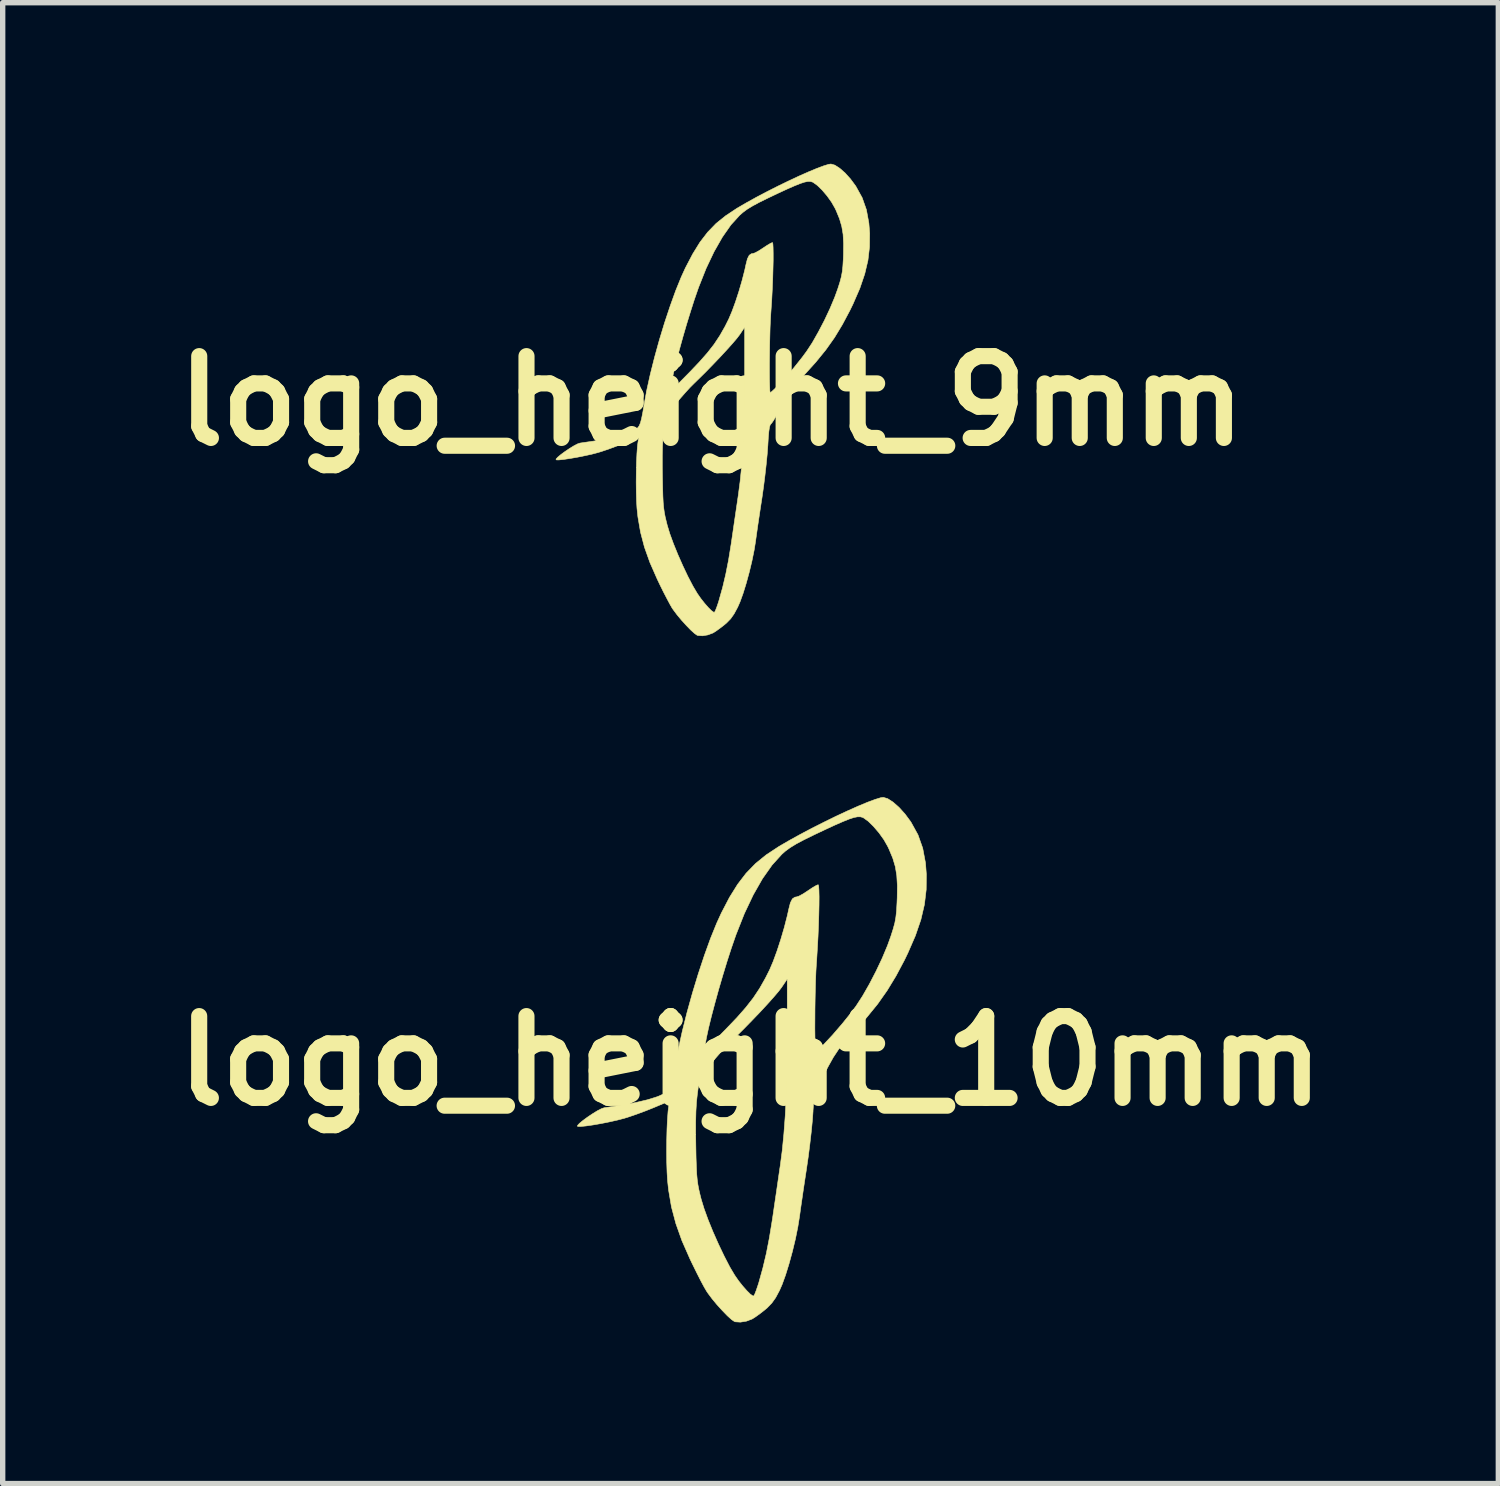
<source format=kicad_pcb>
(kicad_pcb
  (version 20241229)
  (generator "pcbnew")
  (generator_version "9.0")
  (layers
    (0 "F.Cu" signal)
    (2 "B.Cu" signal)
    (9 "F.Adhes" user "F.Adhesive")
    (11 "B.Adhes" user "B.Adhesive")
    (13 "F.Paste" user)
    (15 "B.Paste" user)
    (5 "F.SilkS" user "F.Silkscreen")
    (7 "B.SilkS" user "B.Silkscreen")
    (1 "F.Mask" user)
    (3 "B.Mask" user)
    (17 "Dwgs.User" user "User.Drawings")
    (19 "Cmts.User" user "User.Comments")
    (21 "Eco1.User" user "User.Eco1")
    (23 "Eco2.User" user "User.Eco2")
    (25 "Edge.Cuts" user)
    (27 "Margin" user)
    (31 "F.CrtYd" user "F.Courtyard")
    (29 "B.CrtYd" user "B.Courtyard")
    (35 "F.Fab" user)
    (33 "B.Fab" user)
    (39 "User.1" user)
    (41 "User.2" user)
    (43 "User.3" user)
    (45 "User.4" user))
  (footprint "logo_height_10mm"
    (layer "F.Cu")
    (at 10.929 16.711)
    (property "Reference" "logo_height_10mm" (at 0 0 0) (layer "F.SilkS") (effects (font (size 1.524 1.524) (thickness 0.3))))
    (attr through_hole)
    (fp_poly (pts (xy 2.555 -4.885) (xy 2.656 -4.82) (xy 2.767 -4.722) (xy 2.879 -4.598) (xy 2.983 -4.457) (xy 2.991 -4.445) (xy 3.12 -4.211) (xy 3.208 -3.962) (xy 3.26 -3.686) (xy 3.276 -3.474) (xy 3.273 -3.191) (xy 3.24 -2.913) (xy 3.174 -2.631) (xy 3.072 -2.333) (xy 2.932 -2.011) (xy 2.869 -1.88) (xy 2.711 -1.583) (xy 2.547 -1.313) (xy 2.366 -1.056) (xy 2.157 -0.8) (xy 1.911 -0.528) (xy 1.884 -0.499) (xy 1.748 -0.35) (xy 1.639 -0.212) (xy 1.543 -0.067) (xy 1.447 0.105) (xy 1.398 0.199) (xy 1.341 0.309) (xy 1.287 0.4) (xy 1.246 0.46) (xy 1.232 0.474) (xy 1.214 0.499) (xy 1.199 0.55) (xy 1.187 0.633) (xy 1.176 0.757) (xy 1.165 0.93) (xy 1.165 0.941) (xy 1.153 1.108) (xy 1.133 1.314) (xy 1.107 1.541) (xy 1.078 1.773) (xy 1.046 1.993) (xy 1.044 2.008) (xy 1.013 2.21) (xy 0.983 2.41) (xy 0.956 2.596) (xy 0.933 2.754) (xy 0.917 2.872) (xy 0.914 2.894) (xy 0.882 3.094) (xy 0.837 3.317) (xy 0.781 3.549) (xy 0.719 3.776) (xy 0.654 3.986) (xy 0.59 4.163) (xy 0.542 4.273) (xy 0.469 4.41) (xy 0.397 4.511) (xy 0.313 4.598) (xy 0.265 4.639) (xy 0.174 4.71) (xy 0.089 4.771) (xy 0.03 4.808) (xy -0.076 4.848) (xy -0.187 4.866) (xy -0.281 4.86) (xy -0.3 4.854) (xy -0.354 4.817) (xy -0.433 4.745) (xy -0.525 4.65) (xy -0.623 4.542) (xy -0.715 4.431) (xy -0.791 4.329) (xy -0.817 4.291) (xy -0.862 4.214) (xy -0.925 4.097) (xy -0.998 3.953) (xy -1.076 3.795) (xy -1.127 3.689) (xy -1.277 3.348) (xy -1.39 3.03) (xy -1.472 2.721) (xy -1.526 2.403) (xy -1.545 2.226) (xy -1.554 2.074) (xy -1.56 1.889) (xy -1.562 1.684) (xy -1.56 1.474) (xy -1.555 1.27) (xy -1.549 1.136) (xy -1.021 1.136) (xy -1.021 1.375) (xy -1.018 1.584) (xy -1.014 1.799) (xy -1.008 1.968) (xy -1.002 2.102) (xy -0.992 2.211) (xy -0.979 2.307) (xy -0.961 2.401) (xy -0.937 2.503) (xy -0.918 2.578) (xy -0.865 2.751) (xy -0.79 2.958) (xy -0.698 3.184) (xy -0.595 3.416) (xy -0.489 3.638) (xy -0.386 3.837) (xy -0.296 3.989) (xy -0.225 4.092) (xy -0.146 4.192) (xy -0.069 4.279) (xy -0.003 4.345) (xy 0.045 4.378) (xy 0.06 4.379) (xy 0.079 4.346) (xy 0.108 4.272) (xy 0.142 4.171) (xy 0.155 4.13) (xy 0.23 3.86) (xy 0.295 3.588) (xy 0.352 3.295) (xy 0.406 2.964) (xy 0.414 2.911) (xy 0.444 2.705) (xy 0.479 2.468) (xy 0.514 2.227) (xy 0.546 2.006) (xy 0.554 1.955) (xy 0.592 1.665) (xy 0.622 1.358) (xy 0.647 1.026) (xy 0.665 0.664) (xy 0.677 0.263) (xy 0.683 -0.182) (xy 0.685 -0.571) (xy 0.685 -1.526) (xy 0.58 -1.37) (xy 0.522 -1.294) (xy 0.43 -1.186) (xy 0.313 -1.055) (xy 0.177 -0.908) (xy 0.029 -0.754) (xy -0.122 -0.599) (xy -0.27 -0.452) (xy -0.366 -0.36) (xy -0.449 -0.276) (xy -0.552 -0.164) (xy -0.66 -0.04) (xy -0.734 0.049) (xy -0.949 0.314) (xy -0.99 0.621) (xy -1.006 0.769) (xy -1.016 0.937) (xy -1.021 1.136) (xy -1.549 1.136) (xy -1.546 1.087) (xy -1.535 0.937) (xy -1.524 0.851) (xy -1.506 0.745) (xy -1.802 0.87) (xy -1.957 0.932) (xy -2.127 0.995) (xy -2.285 1.049) (xy -2.354 1.07) (xy -2.481 1.103) (xy -2.628 1.136) (xy -2.783 1.167) (xy -2.932 1.193) (xy -3.064 1.212) (xy -3.165 1.222) (xy -3.22 1.221) (xy -3.222 1.203) (xy -3.185 1.163) (xy -3.119 1.109) (xy -3.035 1.047) (xy -2.944 0.986) (xy -2.855 0.931) (xy -2.778 0.891) (xy -2.726 0.873) (xy -2.415 0.827) (xy -2.143 0.777) (xy -1.915 0.723) (xy -1.733 0.666) (xy -1.601 0.608) (xy -1.527 0.554) (xy -1.498 0.513) (xy -1.473 0.452) (xy -1.449 0.362) (xy -1.424 0.232) (xy -1.401 0.093) (xy -1.35 -0.186) (xy -0.859 -0.186) (xy -0.456 -0.594) (xy -0.253 -0.806) (xy -0.087 -0.995) (xy 0.052 -1.173) (xy 0.171 -1.352) (xy 0.279 -1.543) (xy 0.357 -1.698) (xy 0.423 -1.853) (xy 0.494 -2.047) (xy 0.565 -2.265) (xy 0.631 -2.49) (xy 0.686 -2.705) (xy 0.712 -2.823) (xy 0.743 -2.945) (xy 0.78 -3.018) (xy 0.827 -3.05) (xy 0.855 -3.054) (xy 0.902 -3.069) (xy 0.978 -3.11) (xy 1.067 -3.168) (xy 1.152 -3.225) (xy 1.222 -3.266) (xy 1.26 -3.282) (xy 1.261 -3.282) (xy 1.27 -3.255) (xy 1.275 -3.178) (xy 1.278 -3.059) (xy 1.277 -2.906) (xy 1.273 -2.726) (xy 1.267 -2.526) (xy 1.258 -2.314) (xy 1.246 -2.097) (xy 1.233 -1.883) (xy 1.226 -1.784) (xy 1.219 -1.666) (xy 1.213 -1.516) (xy 1.208 -1.345) (xy 1.204 -1.159) (xy 1.201 -0.967) (xy 1.2 -0.779) (xy 1.199 -0.602) (xy 1.201 -0.444) (xy 1.203 -0.315) (xy 1.207 -0.223) (xy 1.213 -0.176) (xy 1.215 -0.171) (xy 1.242 -0.19) (xy 1.296 -0.239) (xy 1.351 -0.293) (xy 1.528 -0.482) (xy 1.708 -0.691) (xy 1.875 -0.898) (xy 1.969 -1.026) (xy 2.087 -1.208) (xy 2.213 -1.428) (xy 2.338 -1.669) (xy 2.454 -1.914) (xy 2.552 -2.148) (xy 2.614 -2.32) (xy 2.658 -2.458) (xy 2.689 -2.572) (xy 2.708 -2.678) (xy 2.721 -2.796) (xy 2.729 -2.943) (xy 2.733 -3.036) (xy 2.736 -3.264) (xy 2.725 -3.452) (xy 2.698 -3.617) (xy 2.651 -3.775) (xy 2.581 -3.943) (xy 2.557 -3.994) (xy 2.486 -4.119) (xy 2.394 -4.248) (xy 2.292 -4.367) (xy 2.192 -4.465) (xy 2.104 -4.528) (xy 2.087 -4.536) (xy 2.046 -4.547) (xy 1.995 -4.547) (xy 1.928 -4.534) (xy 1.839 -4.505) (xy 1.722 -4.458) (xy 1.571 -4.392) (xy 1.381 -4.304) (xy 1.178 -4.208) (xy 0.993 -4.117) (xy 0.85 -4.041) (xy 0.738 -3.972) (xy 0.648 -3.906) (xy 0.584 -3.849) (xy 0.402 -3.648) (xy 0.223 -3.394) (xy 0.051 -3.092) (xy -0.114 -2.744) (xy -0.268 -2.355) (xy -0.282 -2.316) (xy -0.358 -2.096) (xy -0.437 -1.852) (xy -0.516 -1.593) (xy -0.593 -1.33) (xy -0.664 -1.072) (xy -0.728 -0.83) (xy -0.781 -0.614) (xy -0.82 -0.433) (xy -0.841 -0.314) (xy -0.859 -0.186) (xy -1.35 -0.186) (xy -1.345 -0.213) (xy -1.271 -0.549) (xy -1.182 -0.903) (xy -1.081 -1.265) (xy -0.972 -1.623) (xy -0.858 -1.967) (xy -0.743 -2.285) (xy -0.629 -2.566) (xy -0.543 -2.754) (xy -0.391 -3.046) (xy -0.239 -3.29) (xy -0.08 -3.497) (xy 0.095 -3.677) (xy 0.293 -3.838) (xy 0.524 -3.99) (xy 0.533 -3.996) (xy 0.721 -4.105) (xy 0.929 -4.22) (xy 1.149 -4.336) (xy 1.373 -4.449) (xy 1.595 -4.558) (xy 1.808 -4.657) (xy 2.005 -4.745) (xy 2.178 -4.817) (xy 2.32 -4.87) (xy 2.425 -4.902) (xy 2.473 -4.909) (xy 2.555 -4.885)) (stroke (width 0.01) (type solid)) (fill yes) (layer "F.SilkS")))
  (footprint "logo_height_9mm"
    (layer "F.Cu")
    (at 10.204 4.418)
    (property "Reference" "logo_height_9mm" (at 0 0 0) (layer "F.SilkS") (effects (font (size 1.524 1.524) (thickness 0.3))))
    (attr through_hole)
    (fp_poly (pts (xy 2.297 -4.392) (xy 2.388 -4.333) (xy 2.488 -4.245) (xy 2.588 -4.134) (xy 2.682 -4.007) (xy 2.689 -3.996) (xy 2.805 -3.786) (xy 2.884 -3.562) (xy 2.93 -3.313) (xy 2.945 -3.123) (xy 2.942 -2.868) (xy 2.913 -2.619) (xy 2.853 -2.365) (xy 2.762 -2.098) (xy 2.636 -1.808) (xy 2.579 -1.69) (xy 2.437 -1.423) (xy 2.29 -1.18) (xy 2.127 -0.95) (xy 1.939 -0.719) (xy 1.718 -0.475) (xy 1.694 -0.449) (xy 1.572 -0.314) (xy 1.473 -0.19) (xy 1.387 -0.06) (xy 1.301 0.094) (xy 1.257 0.179) (xy 1.205 0.277) (xy 1.157 0.36) (xy 1.12 0.414) (xy 1.108 0.426) (xy 1.091 0.449) (xy 1.078 0.494) (xy 1.067 0.569) (xy 1.057 0.68) (xy 1.048 0.836) (xy 1.047 0.846) (xy 1.036 0.996) (xy 1.018 1.181) (xy 0.995 1.386) (xy 0.969 1.594) (xy 0.941 1.792) (xy 0.939 1.805) (xy 0.911 1.987) (xy 0.884 2.167) (xy 0.859 2.334) (xy 0.839 2.476) (xy 0.824 2.582) (xy 0.822 2.601) (xy 0.793 2.781) (xy 0.752 2.982) (xy 0.702 3.19) (xy 0.646 3.395) (xy 0.588 3.583) (xy 0.53 3.743) (xy 0.487 3.841) (xy 0.421 3.964) (xy 0.357 4.056) (xy 0.282 4.133) (xy 0.239 4.17) (xy 0.156 4.234) (xy 0.08 4.289) (xy 0.027 4.322) (xy -0.068 4.358) (xy -0.168 4.375) (xy -0.253 4.369) (xy -0.27 4.364) (xy -0.318 4.33) (xy -0.389 4.266) (xy -0.472 4.18) (xy -0.56 4.083) (xy -0.643 3.983) (xy -0.711 3.892) (xy -0.735 3.858) (xy -0.775 3.788) (xy -0.831 3.683) (xy -0.898 3.554) (xy -0.968 3.412) (xy -1.013 3.317) (xy -1.148 3.01) (xy -1.25 2.724) (xy -1.323 2.446) (xy -1.372 2.16) (xy -1.389 2.001) (xy -1.397 1.864) (xy -1.402 1.698) (xy -1.404 1.514) (xy -1.402 1.325) (xy -1.398 1.142) (xy -1.392 1.021) (xy -0.918 1.021) (xy -0.918 1.236) (xy -0.915 1.424) (xy -0.911 1.617) (xy -0.907 1.769) (xy -0.901 1.89) (xy -0.892 1.988) (xy -0.88 2.074) (xy -0.864 2.159) (xy -0.842 2.25) (xy -0.825 2.318) (xy -0.778 2.473) (xy -0.71 2.659) (xy -0.627 2.863) (xy -0.535 3.071) (xy -0.44 3.271) (xy -0.347 3.449) (xy -0.266 3.586) (xy -0.202 3.678) (xy -0.131 3.768) (xy -0.062 3.847) (xy -0.003 3.906) (xy 0.04 3.936) (xy 0.054 3.937) (xy 0.071 3.907) (xy 0.097 3.841) (xy 0.128 3.75) (xy 0.139 3.713) (xy 0.207 3.471) (xy 0.265 3.225) (xy 0.317 2.962) (xy 0.365 2.665) (xy 0.372 2.617) (xy 0.399 2.432) (xy 0.43 2.219) (xy 0.462 2.002) (xy 0.491 1.804) (xy 0.498 1.757) (xy 0.532 1.497) (xy 0.56 1.221) (xy 0.581 0.923) (xy 0.597 0.597) (xy 0.608 0.237) (xy 0.614 -0.164) (xy 0.616 -0.514) (xy 0.616 -1.372) (xy 0.521 -1.231) (xy 0.469 -1.163) (xy 0.387 -1.067) (xy 0.281 -0.949) (xy 0.159 -0.817) (xy 0.026 -0.678) (xy -0.11 -0.538) (xy -0.243 -0.407) (xy -0.329 -0.323) (xy -0.404 -0.248) (xy -0.496 -0.147) (xy -0.593 -0.036) (xy -0.66 0.044) (xy -0.853 0.282) (xy -0.89 0.558) (xy -0.904 0.691) (xy -0.914 0.843) (xy -0.918 1.021) (xy -1.392 1.021) (xy -1.39 0.977) (xy -1.38 0.842) (xy -1.37 0.765) (xy -1.354 0.67) (xy -1.62 0.782) (xy -1.759 0.838) (xy -1.912 0.895) (xy -2.054 0.943) (xy -2.117 0.962) (xy -2.23 0.992) (xy -2.363 1.021) (xy -2.502 1.049) (xy -2.636 1.072) (xy -2.755 1.09) (xy -2.845 1.099) (xy -2.895 1.098) (xy -2.896 1.082) (xy -2.863 1.046) (xy -2.804 0.997) (xy -2.729 0.942) (xy -2.646 0.886) (xy -2.566 0.837) (xy -2.498 0.801) (xy -2.45 0.785) (xy -2.171 0.744) (xy -1.927 0.698) (xy -1.722 0.65) (xy -1.558 0.599) (xy -1.439 0.547) (xy -1.373 0.498) (xy -1.347 0.461) (xy -1.324 0.406) (xy -1.303 0.325) (xy -1.28 0.209) (xy -1.259 0.083) (xy -1.213 -0.167) (xy -0.772 -0.167) (xy -0.41 -0.534) (xy -0.228 -0.725) (xy -0.078 -0.895) (xy 0.047 -1.055) (xy 0.153 -1.215) (xy 0.251 -1.387) (xy 0.321 -1.527) (xy 0.38 -1.666) (xy 0.444 -1.84) (xy 0.508 -2.036) (xy 0.567 -2.238) (xy 0.617 -2.432) (xy 0.64 -2.538) (xy 0.668 -2.648) (xy 0.701 -2.713) (xy 0.743 -2.742) (xy 0.769 -2.745) (xy 0.811 -2.759) (xy 0.879 -2.796) (xy 0.959 -2.848) (xy 1.036 -2.899) (xy 1.099 -2.936) (xy 1.133 -2.95) (xy 1.134 -2.951) (xy 1.142 -2.926) (xy 1.146 -2.857) (xy 1.148 -2.75) (xy 1.148 -2.613) (xy 1.144 -2.45) (xy 1.139 -2.271) (xy 1.131 -2.08) (xy 1.121 -1.885) (xy 1.108 -1.693) (xy 1.102 -1.604) (xy 1.096 -1.497) (xy 1.09 -1.363) (xy 1.086 -1.209) (xy 1.082 -1.042) (xy 1.08 -0.87) (xy 1.078 -0.7) (xy 1.078 -0.541) (xy 1.079 -0.399) (xy 1.082 -0.283) (xy 1.085 -0.2) (xy 1.09 -0.158) (xy 1.092 -0.154) (xy 1.117 -0.171) (xy 1.165 -0.215) (xy 1.214 -0.263) (xy 1.373 -0.433) (xy 1.536 -0.621) (xy 1.685 -0.808) (xy 1.77 -0.923) (xy 1.877 -1.086) (xy 1.989 -1.284) (xy 2.102 -1.5) (xy 2.206 -1.721) (xy 2.294 -1.931) (xy 2.35 -2.085) (xy 2.39 -2.21) (xy 2.417 -2.312) (xy 2.435 -2.408) (xy 2.446 -2.513) (xy 2.454 -2.646) (xy 2.457 -2.729) (xy 2.459 -2.934) (xy 2.45 -3.104) (xy 2.425 -3.252) (xy 2.383 -3.394) (xy 2.321 -3.545) (xy 2.299 -3.591) (xy 2.235 -3.703) (xy 2.152 -3.819) (xy 2.061 -3.926) (xy 1.971 -4.014) (xy 1.892 -4.071) (xy 1.876 -4.078) (xy 1.839 -4.088) (xy 1.793 -4.088) (xy 1.733 -4.076) (xy 1.653 -4.05) (xy 1.548 -4.008) (xy 1.413 -3.949) (xy 1.242 -3.87) (xy 1.059 -3.783) (xy 0.892 -3.701) (xy 0.764 -3.632) (xy 0.664 -3.571) (xy 0.583 -3.511) (xy 0.525 -3.46) (xy 0.361 -3.28) (xy 0.201 -3.051) (xy 0.046 -2.779) (xy -0.102 -2.467) (xy -0.241 -2.117) (xy -0.253 -2.083) (xy -0.322 -1.884) (xy -0.392 -1.665) (xy -0.464 -1.432) (xy -0.533 -1.195) (xy -0.597 -0.964) (xy -0.654 -0.746) (xy -0.702 -0.552) (xy -0.737 -0.389) (xy -0.756 -0.282) (xy -0.772 -0.167) (xy -1.213 -0.167) (xy -1.209 -0.192) (xy -1.142 -0.494) (xy -1.062 -0.812) (xy -0.972 -1.137) (xy -0.874 -1.459) (xy -0.771 -1.768) (xy -0.668 -2.054) (xy -0.565 -2.307) (xy -0.488 -2.476) (xy -0.351 -2.738) (xy -0.215 -2.958) (xy -0.072 -3.144) (xy 0.085 -3.306) (xy 0.264 -3.45) (xy 0.471 -3.587) (xy 0.479 -3.592) (xy 0.649 -3.691) (xy 0.835 -3.794) (xy 1.033 -3.898) (xy 1.234 -4) (xy 1.434 -4.097) (xy 1.626 -4.187) (xy 1.802 -4.265) (xy 1.958 -4.33) (xy 2.086 -4.378) (xy 2.18 -4.407) (xy 2.224 -4.413) (xy 2.297 -4.392)) (stroke (width 0.01) (type solid)) (fill yes) (layer "F.SilkS")))
  (gr_rect
    (start -3 -3)
    (end 24.859 24.583)
    (stroke (width 0.1) (type default))
    (fill no)
    (layer "Edge.Cuts")))
</source>
